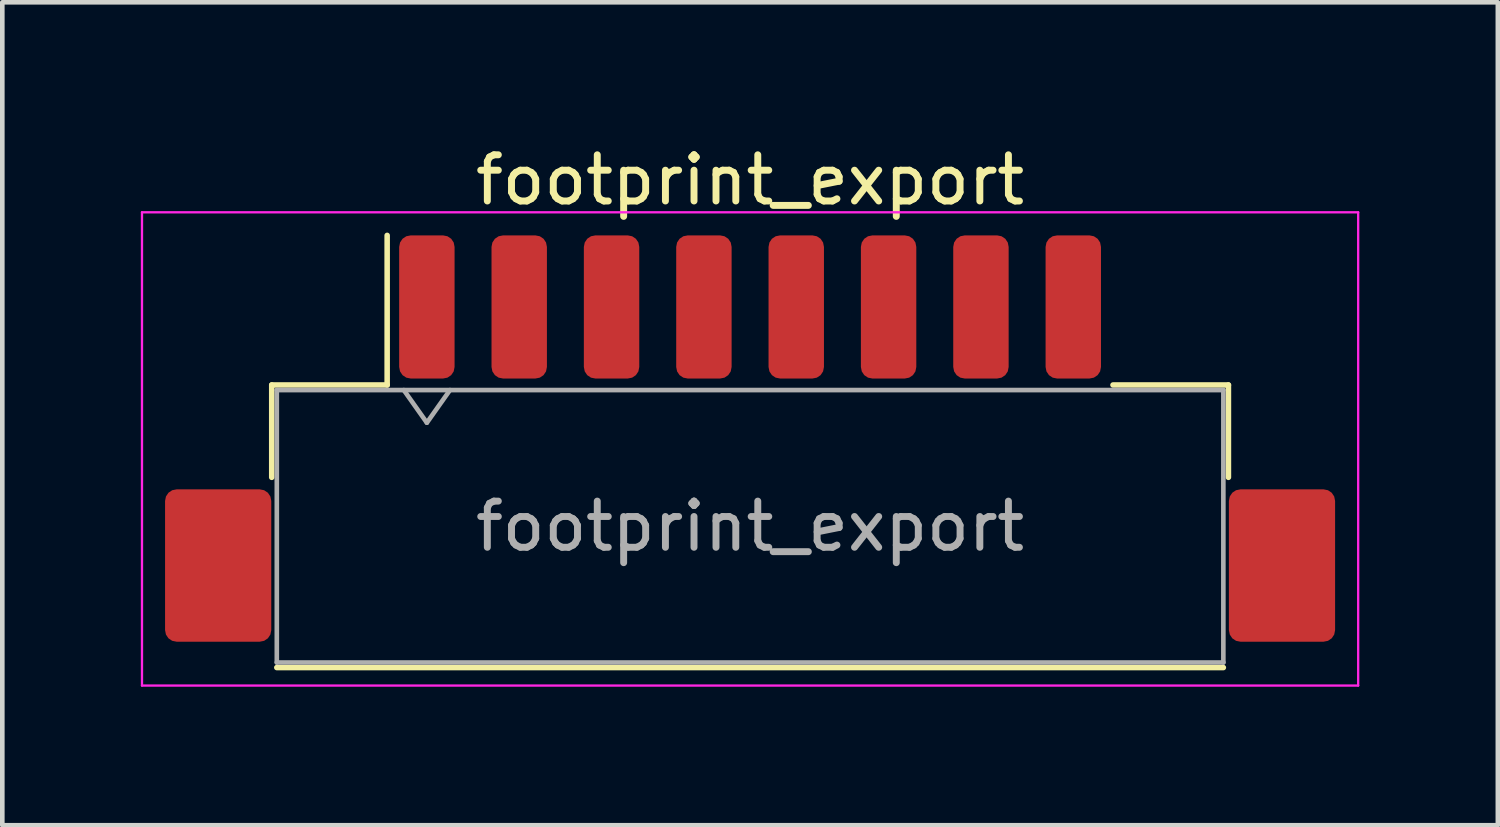
<source format=kicad_pcb>
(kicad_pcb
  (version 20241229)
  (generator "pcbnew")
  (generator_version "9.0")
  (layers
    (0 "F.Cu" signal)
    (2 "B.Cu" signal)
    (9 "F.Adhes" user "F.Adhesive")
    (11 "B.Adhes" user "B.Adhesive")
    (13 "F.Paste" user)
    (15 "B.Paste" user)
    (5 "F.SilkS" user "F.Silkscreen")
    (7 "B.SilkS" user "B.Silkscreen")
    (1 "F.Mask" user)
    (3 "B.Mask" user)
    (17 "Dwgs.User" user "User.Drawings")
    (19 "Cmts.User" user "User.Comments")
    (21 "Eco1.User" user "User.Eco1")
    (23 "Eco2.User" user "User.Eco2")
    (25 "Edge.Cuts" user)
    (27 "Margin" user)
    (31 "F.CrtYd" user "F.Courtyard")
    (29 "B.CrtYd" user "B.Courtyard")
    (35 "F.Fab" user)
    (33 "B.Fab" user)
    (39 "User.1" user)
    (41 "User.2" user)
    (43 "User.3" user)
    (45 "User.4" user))
  (footprint "footprint_export"
    (layer "F.Cu")
    (at 13.195 6.448)
    (property "Reference" "footprint_export" (at 0 -5.6 0) (layer "F.SilkS") (effects (font (size 1 1) (thickness 0.15))))
    (attr smd)
    (fp_line (start -10.36 -1.16) (end -7.86 -1.16) (stroke (width 0.12) (type solid)) (layer "F.SilkS"))
    (fp_line (start -10.36 0.84) (end -10.36 -1.16) (stroke (width 0.12) (type solid)) (layer "F.SilkS"))
    (fp_line (start -10.25 4.96) (end 10.25 4.96) (stroke (width 0.12) (type solid)) (layer "F.SilkS"))
    (fp_line (start -7.86 -1.16) (end -7.86 -4.4) (stroke (width 0.12) (type solid)) (layer "F.SilkS"))
    (fp_line (start 10.36 -1.16) (end 7.86 -1.16) (stroke (width 0.12) (type solid)) (layer "F.SilkS"))
    (fp_line (start 10.36 0.84) (end 10.36 -1.16) (stroke (width 0.12) (type solid)) (layer "F.SilkS"))
    (fp_line (start -13.17 -4.9) (end -13.17 5.35) (stroke (width 0.05) (type solid)) (layer "F.CrtYd"))
    (fp_line (start -13.17 5.35) (end 13.17 5.35) (stroke (width 0.05) (type solid)) (layer "F.CrtYd"))
    (fp_line (start 13.17 -4.9) (end -13.17 -4.9) (stroke (width 0.05) (type solid)) (layer "F.CrtYd"))
    (fp_line (start 13.17 5.35) (end 13.17 -4.9) (stroke (width 0.05) (type solid)) (layer "F.CrtYd"))
    (fp_line (start -10.25 -1.05) (end -10.25 4.85) (stroke (width 0.1) (type solid)) (layer "F.Fab"))
    (fp_line (start -10.25 -1.05) (end 10.25 -1.05) (stroke (width 0.1) (type solid)) (layer "F.Fab"))
    (fp_line (start -10.25 4.85) (end 10.25 4.85) (stroke (width 0.1) (type solid)) (layer "F.Fab"))
    (fp_line (start -7.5 -1.05) (end -7 -0.343) (stroke (width 0.1) (type solid)) (layer "F.Fab"))
    (fp_line (start -7 -0.343) (end -6.5 -1.05) (stroke (width 0.1) (type solid)) (layer "F.Fab"))
    (fp_line (start 10.25 -1.05) (end 10.25 4.85) (stroke (width 0.1) (type solid)) (layer "F.Fab"))
    (fp_text user "${REFERENCE}" (at 0 1.9 0) (layer "F.Fab") (effects (font (size 1 1) (thickness 0.15))))
    (pad "1" smd roundrect (at -7 -2.85) (size 1.2 3.1) (layers "F.Cu" "F.Mask" "F.Paste") (roundrect_rratio 0.208))
    (pad "2" smd roundrect (at -5 -2.85) (size 1.2 3.1) (layers "F.Cu" "F.Mask" "F.Paste") (roundrect_rratio 0.208))
    (pad "3" smd roundrect (at -3 -2.85) (size 1.2 3.1) (layers "F.Cu" "F.Mask" "F.Paste") (roundrect_rratio 0.208))
    (pad "4" smd roundrect (at -1 -2.85) (size 1.2 3.1) (layers "F.Cu" "F.Mask" "F.Paste") (roundrect_rratio 0.208))
    (pad "5" smd roundrect (at 1 -2.85) (size 1.2 3.1) (layers "F.Cu" "F.Mask" "F.Paste") (roundrect_rratio 0.208))
    (pad "6" smd roundrect (at 3 -2.85) (size 1.2 3.1) (layers "F.Cu" "F.Mask" "F.Paste") (roundrect_rratio 0.208))
    (pad "7" smd roundrect (at 5 -2.85) (size 1.2 3.1) (layers "F.Cu" "F.Mask" "F.Paste") (roundrect_rratio 0.208))
    (pad "8" smd roundrect (at 7 -2.85) (size 1.2 3.1) (layers "F.Cu" "F.Mask" "F.Paste") (roundrect_rratio 0.208))
    (pad "MP" smd roundrect (at -11.52 2.75) (size 2.3 3.3) (layers "F.Cu" "F.Mask" "F.Paste") (roundrect_rratio 0.109))
    (pad "MP" smd roundrect (at 11.52 2.75) (size 2.3 3.3) (layers "F.Cu" "F.Mask" "F.Paste") (roundrect_rratio 0.109)))
  (gr_rect
    (start -3 -3)
    (end 29.39 14.823)
    (stroke (width 0.1) (type default))
    (fill no)
    (layer "Edge.Cuts")))
</source>
